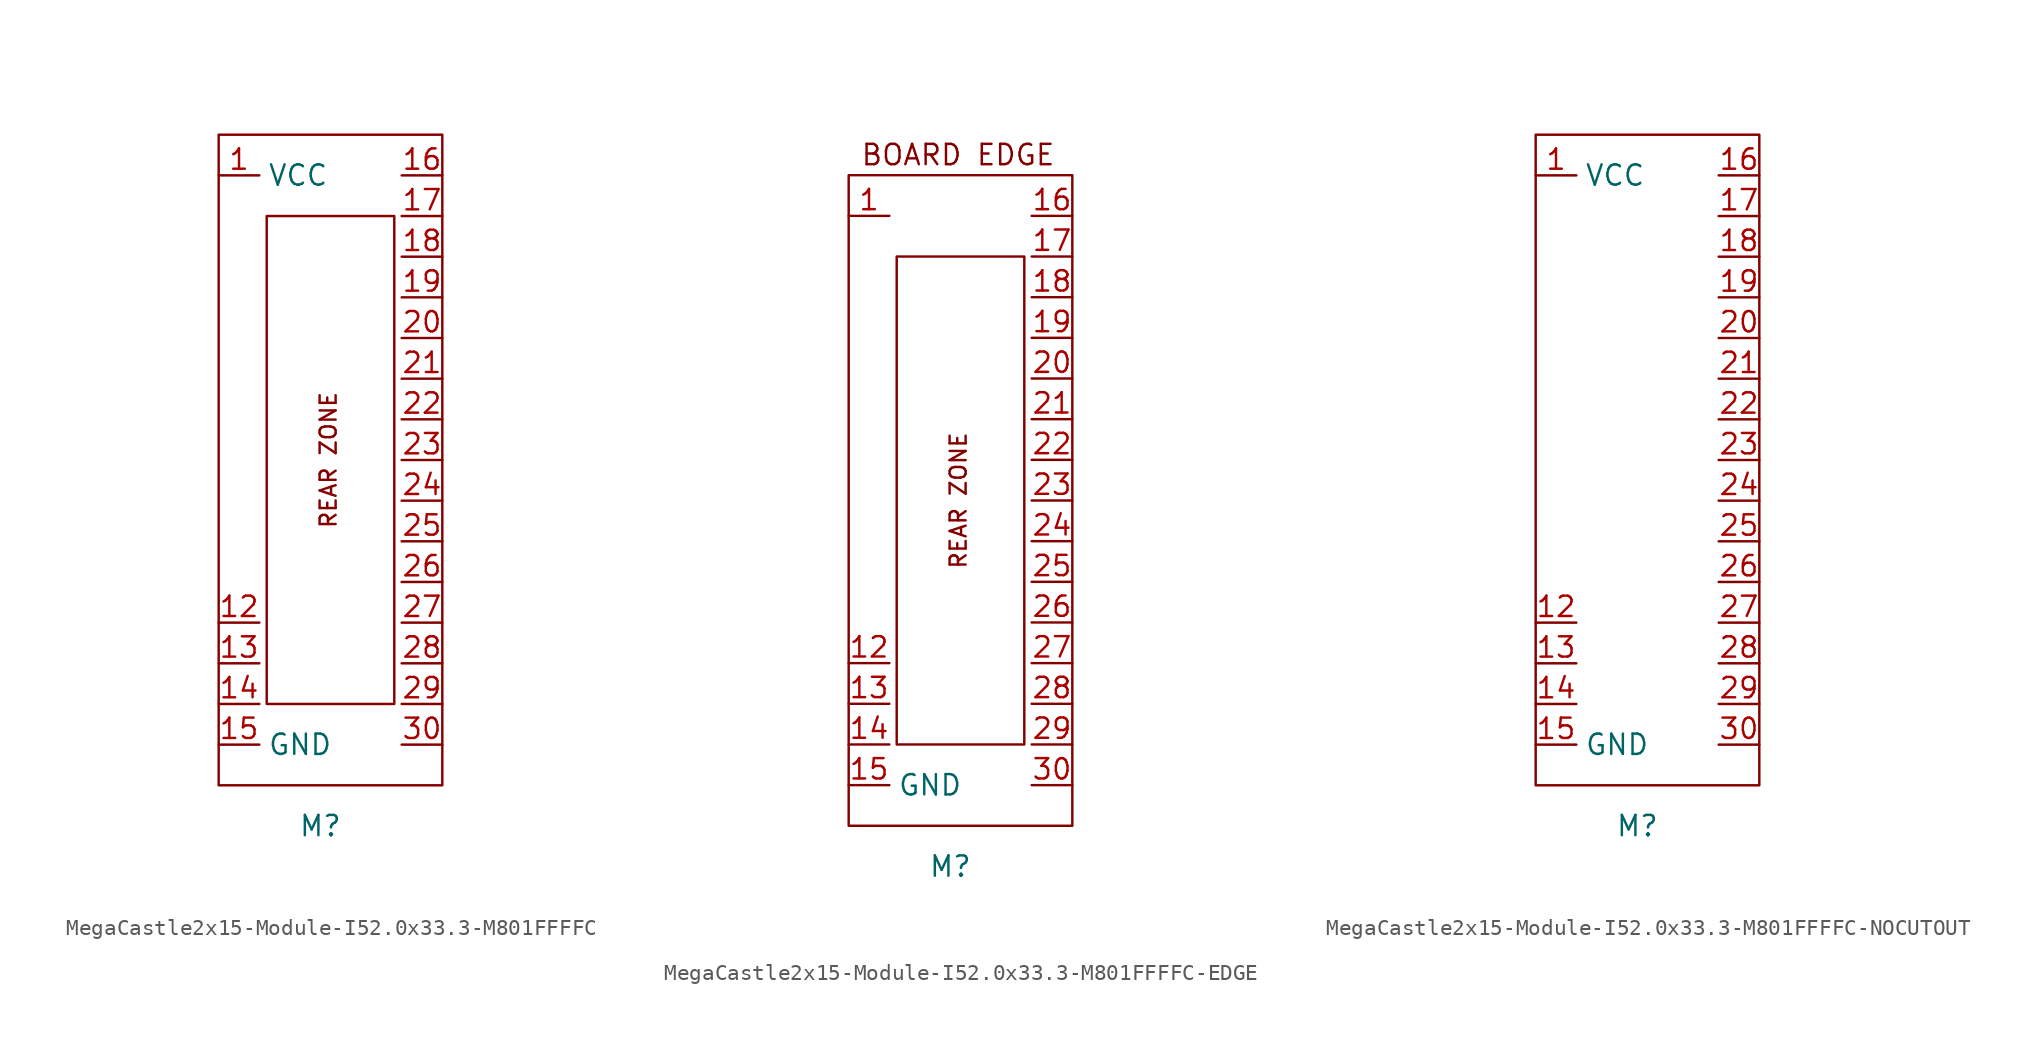
<source format=kicad_sym>
(kicad_symbol_lib
  (version 20231120)
  (generator "kicad_symbol_editor")
  (generator_version "8.0")
  (symbol "MegaCastle2x15-Module-I52.0x33.3-M801FFFFC"
    (property "Reference" "M"
      (at 0 -22.86 0)
      (effects (font (size 1.27 1.27))))
    (property "Value" ""
      (at 0 5.08 0)
      (effects (font (size 1.27 1.27))))
    (symbol "MegaCastle2x15-Module-I52.0x33.3-M801FFFFC_0_1"
      (rectangle (start -6.35 20.32) (end 7.62 -20.32) (stroke (width 0) (type default)) (fill (type none)))
      (rectangle (start -3.35 15.24) (end 4.62 -15.24) (stroke (width 0) (type default)) (fill (type none))))
    (symbol "MegaCastle2x15-Module-I52.0x33.3-M801FFFFC_1_1"
      (text "REAR ZONE" (at 0.5 0 900) (effects (font (size 1 1))))
      (pin bidirectional line (at -6.35 17.78 0) (length 2.54) (name "VCC" (effects (font (size 1.27 1.27)))) (number "1" (effects (font (size 1.27 1.27)))))
      (pin bidirectional line (at -6.35 -10.16 0) (length 2.54) (name "" (effects (font (size 1.27 1.27)))) (number "12" (effects (font (size 1.27 1.27)))))
      (pin bidirectional line (at -6.35 -12.7 0) (length 2.54) (name "" (effects (font (size 1.27 1.27)))) (number "13" (effects (font (size 1.27 1.27)))))
      (pin bidirectional line (at -6.35 -15.24 0) (length 2.54) (name "" (effects (font (size 1.27 1.27)))) (number "14" (effects (font (size 1.27 1.27)))))
      (pin bidirectional line (at -6.35 -17.78 0) (length 2.54) (name "GND" (effects (font (size 1.27 1.27)))) (number "15" (effects (font (size 1.27 1.27)))))
      (pin bidirectional line (at 7.62 17.78 180) (length 2.54) (name "" (effects (font (size 1.27 1.27)))) (number "16" (effects (font (size 1.27 1.27)))))
      (pin bidirectional line (at 7.62 15.24 180) (length 2.54) (name "" (effects (font (size 1.27 1.27)))) (number "17" (effects (font (size 1.27 1.27)))))
      (pin bidirectional line (at 7.62 12.7 180) (length 2.54) (name "" (effects (font (size 1.27 1.27)))) (number "18" (effects (font (size 1.27 1.27)))))
      (pin bidirectional line (at 7.62 10.16 180) (length 2.54) (name "" (effects (font (size 1.27 1.27)))) (number "19" (effects (font (size 1.27 1.27)))))
      (pin bidirectional line (at 7.62 7.62 180) (length 2.54) (name "" (effects (font (size 1.27 1.27)))) (number "20" (effects (font (size 1.27 1.27)))))
      (pin bidirectional line (at 7.62 5.08 180) (length 2.54) (name "" (effects (font (size 1.27 1.27)))) (number "21" (effects (font (size 1.27 1.27)))))
      (pin bidirectional line (at 7.62 2.54 180) (length 2.54) (name "" (effects (font (size 1.27 1.27)))) (number "22" (effects (font (size 1.27 1.27)))))
      (pin bidirectional line (at 7.62 0 180) (length 2.54) (name "" (effects (font (size 1.27 1.27)))) (number "23" (effects (font (size 1.27 1.27)))))
      (pin bidirectional line (at 7.62 -2.54 180) (length 2.54) (name "" (effects (font (size 1.27 1.27)))) (number "24" (effects (font (size 1.27 1.27)))))
      (pin bidirectional line (at 7.62 -5.08 180) (length 2.54) (name "" (effects (font (size 1.27 1.27)))) (number "25" (effects (font (size 1.27 1.27)))))
      (pin bidirectional line (at 7.62 -7.62 180) (length 2.54) (name "" (effects (font (size 1.27 1.27)))) (number "26" (effects (font (size 1.27 1.27)))))
      (pin bidirectional line (at 7.62 -10.16 180) (length 2.54) (name "" (effects (font (size 1.27 1.27)))) (number "27" (effects (font (size 1.27 1.27)))))
      (pin bidirectional line (at 7.62 -12.7 180) (length 2.54) (name "" (effects (font (size 1.27 1.27)))) (number "28" (effects (font (size 1.27 1.27)))))
      (pin bidirectional line (at 7.62 -15.24 180) (length 2.54) (name "" (effects (font (size 1.27 1.27)))) (number "29" (effects (font (size 1.27 1.27)))))
      (pin bidirectional line (at 7.62 -17.78 180) (length 2.54) (name "" (effects (font (size 1.27 1.27)))) (number "30" (effects (font (size 1.27 1.27)))))))
  (symbol "MegaCastle2x15-Module-I52.0x33.3-M801FFFFC-EDGE"
    (property "Reference" "M"
      (at 0 -22.86 0)
      (effects (font (size 1.27 1.27))))
    (property "Value" ""
      (at 0 5.08 0)
      (effects (font (size 1.27 1.27))))
    (symbol "MegaCastle2x15-Module-I52.0x33.3-M801FFFFC-EDGE_0_1"
      (rectangle (start -6.35 20.32) (end 7.62 -20.32) (stroke (width 0) (type default)) (fill (type none)))
      (rectangle (start -3.35 15.24) (end 4.62 -15.24) (stroke (width 0) (type default)) (fill (type none))))
    (symbol "MegaCastle2x15-Module-I52.0x33.3-M801FFFFC-EDGE_1_1"
      (text " BOARD EDGE" (at 0 21.59 0) (effects (font (size 1.27 1.27))))
      (text "REAR ZONE" (at 0.5 0 900) (effects (font (size 1 1))))
      (pin bidirectional line (at -6.35 17.78 0) (length 2.54) (name "" (effects (font (size 1.27 1.27)))) (number "1" (effects (font (size 1.27 1.27)))))
      (pin bidirectional line (at -6.35 -10.16 0) (length 2.54) (name "" (effects (font (size 1.27 1.27)))) (number "12" (effects (font (size 1.27 1.27)))))
      (pin bidirectional line (at -6.35 -12.7 0) (length 2.54) (name "" (effects (font (size 1.27 1.27)))) (number "13" (effects (font (size 1.27 1.27)))))
      (pin bidirectional line (at -6.35 -15.24 0) (length 2.54) (name "" (effects (font (size 1.27 1.27)))) (number "14" (effects (font (size 1.27 1.27)))))
      (pin bidirectional line (at -6.35 -17.78 0) (length 2.54) (name "GND" (effects (font (size 1.27 1.27)))) (number "15" (effects (font (size 1.27 1.27)))))
      (pin bidirectional line (at 7.62 17.78 180) (length 2.54) (name "" (effects (font (size 1.27 1.27)))) (number "16" (effects (font (size 1.27 1.27)))))
      (pin bidirectional line (at 7.62 15.24 180) (length 2.54) (name "" (effects (font (size 1.27 1.27)))) (number "17" (effects (font (size 1.27 1.27)))))
      (pin bidirectional line (at 7.62 12.7 180) (length 2.54) (name "" (effects (font (size 1.27 1.27)))) (number "18" (effects (font (size 1.27 1.27)))))
      (pin bidirectional line (at 7.62 10.16 180) (length 2.54) (name "" (effects (font (size 1.27 1.27)))) (number "19" (effects (font (size 1.27 1.27)))))
      (pin bidirectional line (at 7.62 7.62 180) (length 2.54) (name "" (effects (font (size 1.27 1.27)))) (number "20" (effects (font (size 1.27 1.27)))))
      (pin bidirectional line (at 7.62 5.08 180) (length 2.54) (name "" (effects (font (size 1.27 1.27)))) (number "21" (effects (font (size 1.27 1.27)))))
      (pin bidirectional line (at 7.62 2.54 180) (length 2.54) (name "" (effects (font (size 1.27 1.27)))) (number "22" (effects (font (size 1.27 1.27)))))
      (pin bidirectional line (at 7.62 0 180) (length 2.54) (name "" (effects (font (size 1.27 1.27)))) (number "23" (effects (font (size 1.27 1.27)))))
      (pin bidirectional line (at 7.62 -2.54 180) (length 2.54) (name "" (effects (font (size 1.27 1.27)))) (number "24" (effects (font (size 1.27 1.27)))))
      (pin bidirectional line (at 7.62 -5.08 180) (length 2.54) (name "" (effects (font (size 1.27 1.27)))) (number "25" (effects (font (size 1.27 1.27)))))
      (pin bidirectional line (at 7.62 -7.62 180) (length 2.54) (name "" (effects (font (size 1.27 1.27)))) (number "26" (effects (font (size 1.27 1.27)))))
      (pin bidirectional line (at 7.62 -10.16 180) (length 2.54) (name "" (effects (font (size 1.27 1.27)))) (number "27" (effects (font (size 1.27 1.27)))))
      (pin bidirectional line (at 7.62 -12.7 180) (length 2.54) (name "" (effects (font (size 1.27 1.27)))) (number "28" (effects (font (size 1.27 1.27)))))
      (pin bidirectional line (at 7.62 -15.24 180) (length 2.54) (name "" (effects (font (size 1.27 1.27)))) (number "29" (effects (font (size 1.27 1.27)))))
      (pin bidirectional line (at 7.62 -17.78 180) (length 2.54) (name "" (effects (font (size 1.27 1.27)))) (number "30" (effects (font (size 1.27 1.27)))))))
  (symbol "MegaCastle2x15-Module-I52.0x33.3-M801FFFFC-NOCUTOUT"
    (property "Reference" "M"
      (at 0 -22.86 0)
      (effects (font (size 1.27 1.27))))
    (property "Value" ""
      (at 0 5.08 0)
      (effects (font (size 1.27 1.27))))
    (symbol "MegaCastle2x15-Module-I52.0x33.3-M801FFFFC-NOCUTOUT_0_1"
      (rectangle (start -6.35 20.32) (end 7.62 -20.32) (stroke (width 0) (type default)) (fill (type none))))
    (symbol "MegaCastle2x15-Module-I52.0x33.3-M801FFFFC-NOCUTOUT_1_1"
      (pin bidirectional line (at -6.35 17.78 0) (length 2.54) (name "VCC" (effects (font (size 1.27 1.27)))) (number "1" (effects (font (size 1.27 1.27)))))
      (pin bidirectional line (at -6.35 -10.16 0) (length 2.54) (name "" (effects (font (size 1.27 1.27)))) (number "12" (effects (font (size 1.27 1.27)))))
      (pin bidirectional line (at -6.35 -12.7 0) (length 2.54) (name "" (effects (font (size 1.27 1.27)))) (number "13" (effects (font (size 1.27 1.27)))))
      (pin bidirectional line (at -6.35 -15.24 0) (length 2.54) (name "" (effects (font (size 1.27 1.27)))) (number "14" (effects (font (size 1.27 1.27)))))
      (pin bidirectional line (at -6.35 -17.78 0) (length 2.54) (name "GND" (effects (font (size 1.27 1.27)))) (number "15" (effects (font (size 1.27 1.27)))))
      (pin bidirectional line (at 7.62 17.78 180) (length 2.54) (name "" (effects (font (size 1.27 1.27)))) (number "16" (effects (font (size 1.27 1.27)))))
      (pin bidirectional line (at 7.62 15.24 180) (length 2.54) (name "" (effects (font (size 1.27 1.27)))) (number "17" (effects (font (size 1.27 1.27)))))
      (pin bidirectional line (at 7.62 12.7 180) (length 2.54) (name "" (effects (font (size 1.27 1.27)))) (number "18" (effects (font (size 1.27 1.27)))))
      (pin bidirectional line (at 7.62 10.16 180) (length 2.54) (name "" (effects (font (size 1.27 1.27)))) (number "19" (effects (font (size 1.27 1.27)))))
      (pin bidirectional line (at 7.62 7.62 180) (length 2.54) (name "" (effects (font (size 1.27 1.27)))) (number "20" (effects (font (size 1.27 1.27)))))
      (pin bidirectional line (at 7.62 5.08 180) (length 2.54) (name "" (effects (font (size 1.27 1.27)))) (number "21" (effects (font (size 1.27 1.27)))))
      (pin bidirectional line (at 7.62 2.54 180) (length 2.54) (name "" (effects (font (size 1.27 1.27)))) (number "22" (effects (font (size 1.27 1.27)))))
      (pin bidirectional line (at 7.62 0 180) (length 2.54) (name "" (effects (font (size 1.27 1.27)))) (number "23" (effects (font (size 1.27 1.27)))))
      (pin bidirectional line (at 7.62 -2.54 180) (length 2.54) (name "" (effects (font (size 1.27 1.27)))) (number "24" (effects (font (size 1.27 1.27)))))
      (pin bidirectional line (at 7.62 -5.08 180) (length 2.54) (name "" (effects (font (size 1.27 1.27)))) (number "25" (effects (font (size 1.27 1.27)))))
      (pin bidirectional line (at 7.62 -7.62 180) (length 2.54) (name "" (effects (font (size 1.27 1.27)))) (number "26" (effects (font (size 1.27 1.27)))))
      (pin bidirectional line (at 7.62 -10.16 180) (length 2.54) (name "" (effects (font (size 1.27 1.27)))) (number "27" (effects (font (size 1.27 1.27)))))
      (pin bidirectional line (at 7.62 -12.7 180) (length 2.54) (name "" (effects (font (size 1.27 1.27)))) (number "28" (effects (font (size 1.27 1.27)))))
      (pin bidirectional line (at 7.62 -15.24 180) (length 2.54) (name "" (effects (font (size 1.27 1.27)))) (number "29" (effects (font (size 1.27 1.27)))))
      (pin bidirectional line (at 7.62 -17.78 180) (length 2.54) (name "" (effects (font (size 1.27 1.27)))) (number "30" (effects (font (size 1.27 1.27))))))))
</source>
